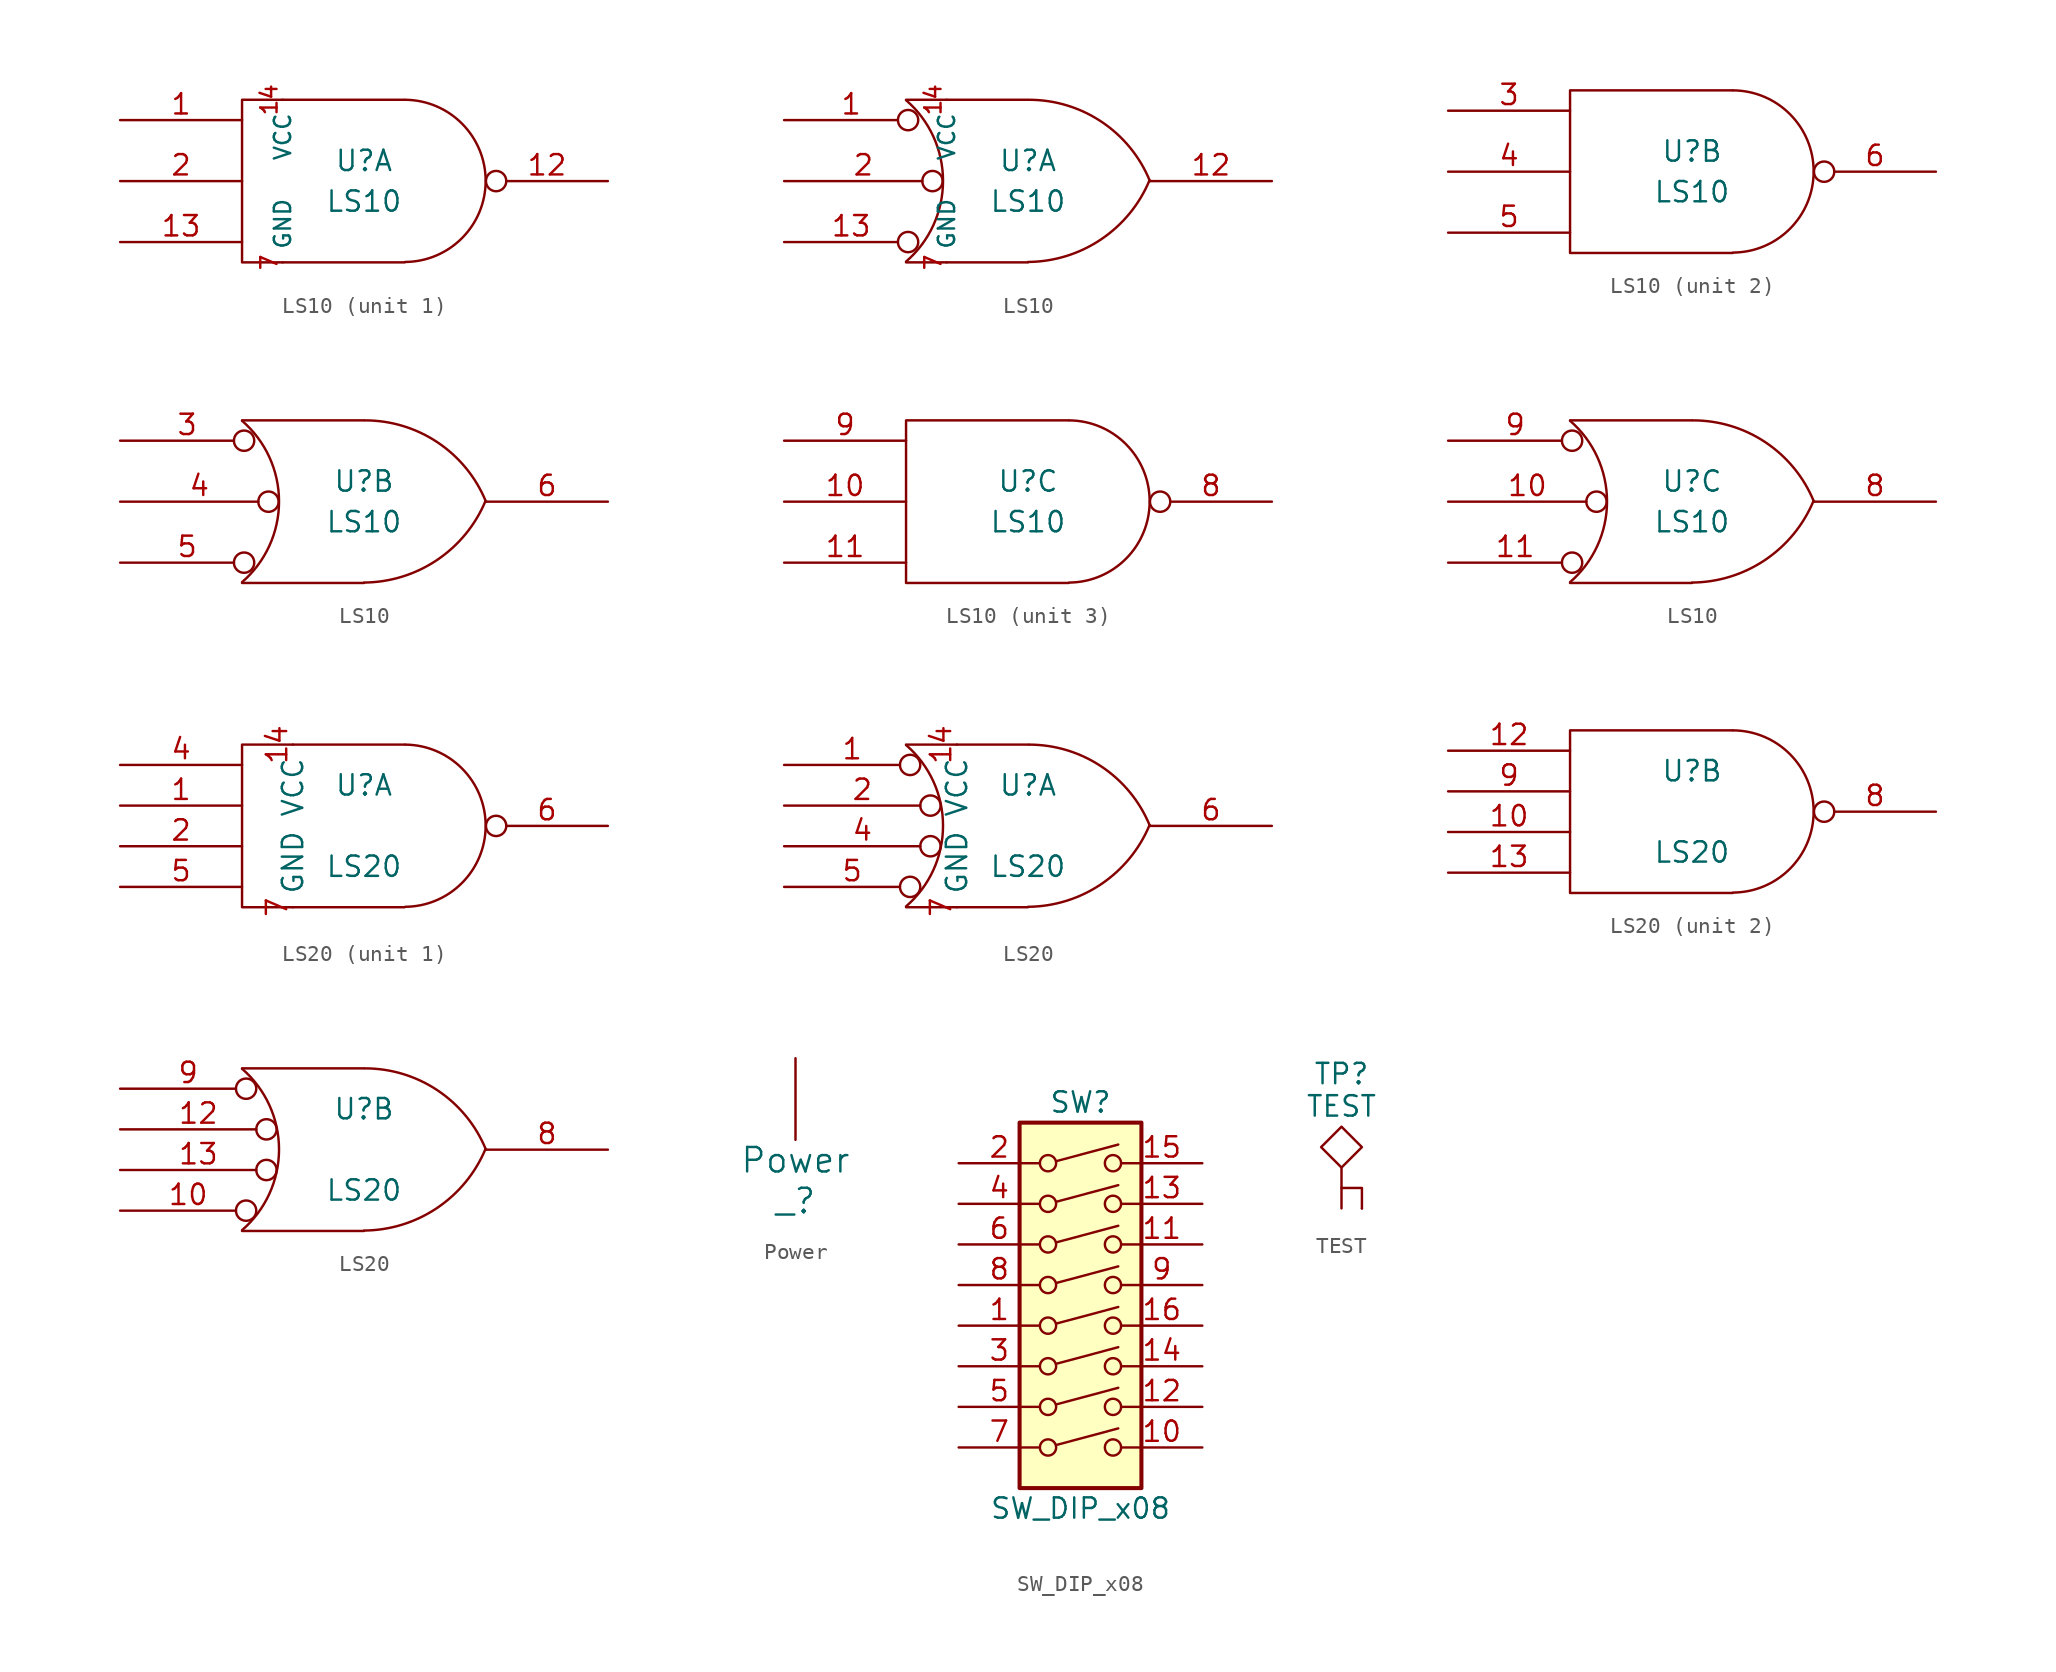
<source format=kicad_sym>
(kicad_symbol_lib
  (version 20211014)
  (generator kicad_symbol_editor)
  (symbol "LS10"
    (pin_names
      (offset 0.762))
    (property "Reference" "U"
      (at 0 1.27 0)
      (effects (font (size 1.27 1.27))))
    (property "Value" "LS10"
      (at 0 -1.27 0)
      (effects (font (size 1.27 1.27))))
    (symbol "LS10_0_1"
      (polyline (pts (xy 2.54 5.08) (xy -7.62 5.08) (xy -7.62 -5.08) (xy 2.54 -5.08)) (stroke (width 0) (type default) (color 0 0 0 0)) (fill (type none)))
      (arc (start 2.5654 -5.0546) (mid 7.5947 0.0127) (end 2.5654 5.08) (stroke (width 0) (type default) (color 0 0 0 0)) (fill (type none))))
    (symbol "LS10_0_2"
      (arc (start -7.62 -5.0292) (mid -5.3094 0.0127) (end -7.62 5.0546) (stroke (width 0) (type default) (color 0 0 0 0)) (fill (type none)))
      (arc (start 0 -5.0546) (mid 4.5649 -3.6437) (end 7.5946 0.0508) (stroke (width 0) (type default) (color 0 0 0 0)) (fill (type none)))
      (polyline (pts (xy -7.62 -5.08) (xy 0 -5.08)) (stroke (width 0) (type default) (color 0 0 0 0)) (fill (type none)))
      (polyline (pts (xy -7.62 5.08) (xy 0 5.08)) (stroke (width 0) (type default) (color 0 0 0 0)) (fill (type none)))
      (arc (start 7.62 0) (mid 4.6112 3.6959) (end 0.0508 5.08) (stroke (width 0) (type default) (color 0 0 0 0)) (fill (type none))))
    (symbol "LS10_1_0"
      (pin power_in line (at -5.08 5.08 270) (length 0) (name "VCC" (effects (font (size 1.016 1.016)))) (number "14" (effects (font (size 1.016 1.016)))))
      (pin power_in line (at -5.08 -5.08 90) (length 0) (name "GND" (effects (font (size 1.016 1.016)))) (number "7" (effects (font (size 1.016 1.016))))))
    (symbol "LS10_1_1"
      (pin input line (at -15.24 3.81 0) (length 7.62) (name "~" (effects (font (size 1.27 1.27)))) (number "1" (effects (font (size 1.27 1.27)))))
      (pin output inverted (at 15.24 0 180) (length 7.62) (name "~" (effects (font (size 1.27 1.27)))) (number "12" (effects (font (size 1.27 1.27)))))
      (pin input line (at -15.24 -3.81 0) (length 7.62) (name "~" (effects (font (size 1.27 1.27)))) (number "13" (effects (font (size 1.27 1.27)))))
      (pin input line (at -15.24 0 0) (length 7.62) (name "~" (effects (font (size 1.27 1.27)))) (number "2" (effects (font (size 1.27 1.27))))))
    (symbol "LS10_1_2"
      (pin input inverted (at -15.24 3.81 0) (length 8.382) (name "~" (effects (font (size 1.27 1.27)))) (number "1" (effects (font (size 1.27 1.27)))))
      (pin output line (at 15.24 0 180) (length 7.62) (name "~" (effects (font (size 1.27 1.27)))) (number "12" (effects (font (size 1.27 1.27)))))
      (pin input inverted (at -15.24 -3.81 0) (length 8.382) (name "~" (effects (font (size 1.27 1.27)))) (number "13" (effects (font (size 1.27 1.27)))))
      (pin input inverted (at -15.24 0 0) (length 9.906) (name "~" (effects (font (size 1.27 1.27)))) (number "2" (effects (font (size 1.27 1.27))))))
    (symbol "LS10_2_1"
      (pin input line (at -15.24 3.81 0) (length 7.62) (name "~" (effects (font (size 1.27 1.27)))) (number "3" (effects (font (size 1.27 1.27)))))
      (pin input line (at -15.24 0 0) (length 7.62) (name "~" (effects (font (size 1.27 1.27)))) (number "4" (effects (font (size 1.27 1.27)))))
      (pin input line (at -15.24 -3.81 0) (length 7.62) (name "~" (effects (font (size 1.27 1.27)))) (number "5" (effects (font (size 1.27 1.27)))))
      (pin output inverted (at 15.24 0 180) (length 7.62) (name "~" (effects (font (size 1.27 1.27)))) (number "6" (effects (font (size 1.27 1.27))))))
    (symbol "LS10_2_2"
      (pin input inverted (at -15.24 3.81 0) (length 8.382) (name "~" (effects (font (size 1.27 1.27)))) (number "3" (effects (font (size 1.27 1.27)))))
      (pin input inverted (at -15.24 0 0) (length 9.906) (name "~" (effects (font (size 1.27 1.27)))) (number "4" (effects (font (size 1.27 1.27)))))
      (pin input inverted (at -15.24 -3.81 0) (length 8.382) (name "~" (effects (font (size 1.27 1.27)))) (number "5" (effects (font (size 1.27 1.27)))))
      (pin output line (at 15.24 0 180) (length 7.62) (name "~" (effects (font (size 1.27 1.27)))) (number "6" (effects (font (size 1.27 1.27))))))
    (symbol "LS10_3_1"
      (pin input line (at -15.24 0 0) (length 7.62) (name "~" (effects (font (size 1.27 1.27)))) (number "10" (effects (font (size 1.27 1.27)))))
      (pin input line (at -15.24 -3.81 0) (length 7.62) (name "~" (effects (font (size 1.27 1.27)))) (number "11" (effects (font (size 1.27 1.27)))))
      (pin output inverted (at 15.24 0 180) (length 7.62) (name "~" (effects (font (size 1.27 1.27)))) (number "8" (effects (font (size 1.27 1.27)))))
      (pin input line (at -15.24 3.81 0) (length 7.62) (name "~" (effects (font (size 1.27 1.27)))) (number "9" (effects (font (size 1.27 1.27))))))
    (symbol "LS10_3_2"
      (pin input inverted (at -15.24 0 0) (length 9.906) (name "~" (effects (font (size 1.27 1.27)))) (number "10" (effects (font (size 1.27 1.27)))))
      (pin input inverted (at -15.24 -3.81 0) (length 8.382) (name "~" (effects (font (size 1.27 1.27)))) (number "11" (effects (font (size 1.27 1.27)))))
      (pin output line (at 15.24 0 180) (length 7.62) (name "~" (effects (font (size 1.27 1.27)))) (number "8" (effects (font (size 1.27 1.27)))))
      (pin input inverted (at -15.24 3.81 0) (length 8.382) (name "~" (effects (font (size 1.27 1.27)))) (number "9" (effects (font (size 1.27 1.27)))))))
  (symbol "LS20"
    (pin_names
      (offset 0.762))
    (property "Reference" "U"
      (at 0 2.54 0)
      (effects (font (size 1.27 1.27))))
    (property "Value" "LS20"
      (at 0 -2.54 0)
      (effects (font (size 1.27 1.27))))
    (symbol "LS20_0_1"
      (polyline (pts (xy 2.54 5.08) (xy -7.62 5.08) (xy -7.62 -5.08) (xy 2.54 -5.08)) (stroke (width 0) (type default) (color 0 0 0 0)) (fill (type none)))
      (arc (start 2.5654 -5.0546) (mid 7.5947 0.0127) (end 2.5654 5.08) (stroke (width 0) (type default) (color 0 0 0 0)) (fill (type none))))
    (symbol "LS20_0_2"
      (arc (start -7.62 -5.0292) (mid -5.3094 0.0127) (end -7.62 5.0546) (stroke (width 0) (type default) (color 0 0 0 0)) (fill (type none)))
      (arc (start 0 -5.0546) (mid 4.5649 -3.6437) (end 7.5946 0.0508) (stroke (width 0) (type default) (color 0 0 0 0)) (fill (type none)))
      (polyline (pts (xy -7.62 -5.08) (xy 0 -5.08)) (stroke (width 0) (type default) (color 0 0 0 0)) (fill (type none)))
      (polyline (pts (xy -7.62 5.08) (xy 0 5.08)) (stroke (width 0) (type default) (color 0 0 0 0)) (fill (type none)))
      (arc (start 7.62 0) (mid 4.6112 3.6959) (end 0.0508 5.08) (stroke (width 0) (type default) (color 0 0 0 0)) (fill (type none))))
    (symbol "LS20_1_0"
      (pin power_in line (at -4.445 5.08 270) (length 0) (name "VCC" (effects (font (size 1.27 1.27)))) (number "14" (effects (font (size 1.27 1.27)))))
      (pin power_in line (at -4.445 -5.08 90) (length 0) (name "GND" (effects (font (size 1.27 1.27)))) (number "7" (effects (font (size 1.27 1.27))))))
    (symbol "LS20_1_1"
      (pin input line (at -15.24 1.27 0) (length 7.62) (name "~" (effects (font (size 1.27 1.27)))) (number "1" (effects (font (size 1.27 1.27)))))
      (pin input line (at -15.24 -1.27 0) (length 7.62) (name "~" (effects (font (size 1.27 1.27)))) (number "2" (effects (font (size 1.27 1.27)))))
      (pin input line (at -15.24 3.81 0) (length 7.62) (name "~" (effects (font (size 1.27 1.27)))) (number "4" (effects (font (size 1.27 1.27)))))
      (pin input line (at -15.24 -3.81 0) (length 7.62) (name "~" (effects (font (size 1.27 1.27)))) (number "5" (effects (font (size 1.27 1.27)))))
      (pin output inverted (at 15.24 0 180) (length 7.62) (name "~" (effects (font (size 1.27 1.27)))) (number "6" (effects (font (size 1.27 1.27))))))
    (symbol "LS20_1_2"
      (pin input inverted (at -15.24 3.81 0) (length 8.509) (name "~" (effects (font (size 1.27 1.27)))) (number "1" (effects (font (size 1.27 1.27)))))
      (pin input inverted (at -15.24 1.27 0) (length 9.779) (name "~" (effects (font (size 1.27 1.27)))) (number "2" (effects (font (size 1.27 1.27)))))
      (pin output inverted (at -15.24 -1.27 0) (length 9.779) (name "~" (effects (font (size 1.27 1.27)))) (number "4" (effects (font (size 1.27 1.27)))))
      (pin input inverted (at -15.24 -3.81 0) (length 8.509) (name "~" (effects (font (size 1.27 1.27)))) (number "5" (effects (font (size 1.27 1.27)))))
      (pin output line (at 15.24 0 180) (length 7.62) (name "~" (effects (font (size 1.27 1.27)))) (number "6" (effects (font (size 1.27 1.27))))))
    (symbol "LS20_2_1"
      (pin input line (at -15.24 -1.27 0) (length 7.62) (name "~" (effects (font (size 1.27 1.27)))) (number "10" (effects (font (size 1.27 1.27)))))
      (pin input line (at -15.24 3.81 0) (length 7.62) (name "~" (effects (font (size 1.27 1.27)))) (number "12" (effects (font (size 1.27 1.27)))))
      (pin input line (at -15.24 -3.81 0) (length 7.62) (name "~" (effects (font (size 1.27 1.27)))) (number "13" (effects (font (size 1.27 1.27)))))
      (pin output inverted (at 15.24 0 180) (length 7.62) (name "~" (effects (font (size 1.27 1.27)))) (number "8" (effects (font (size 1.27 1.27)))))
      (pin input line (at -15.24 1.27 0) (length 7.62) (name "~" (effects (font (size 1.27 1.27)))) (number "9" (effects (font (size 1.27 1.27))))))
    (symbol "LS20_2_2"
      (pin input inverted (at -15.24 -3.81 0) (length 8.509) (name "~" (effects (font (size 1.27 1.27)))) (number "10" (effects (font (size 1.27 1.27)))))
      (pin input inverted (at -15.24 1.27 0) (length 9.779) (name "~" (effects (font (size 1.27 1.27)))) (number "12" (effects (font (size 1.27 1.27)))))
      (pin input inverted (at -15.24 -1.27 0) (length 9.779) (name "~" (effects (font (size 1.27 1.27)))) (number "13" (effects (font (size 1.27 1.27)))))
      (pin output line (at 15.24 0 180) (length 7.62) (name "~" (effects (font (size 1.27 1.27)))) (number "8" (effects (font (size 1.27 1.27)))))
      (pin input inverted (at -15.24 3.81 0) (length 8.509) (name "~" (effects (font (size 1.27 1.27)))) (number "9" (effects (font (size 1.27 1.27)))))))
  (symbol "Power"
    (pin_names
      (offset 1.016))
    (property "Reference" "_"
      (at 0 2.54 0)
      (effects (font (size 1.524 1.524))))
    (property "Value" "Power"
      (at 0 5.08 0)
      (effects (font (size 1.524 1.524))))
    (symbol "Power_1_1"
      (pin power_out line (at 0 6.35 90) (length 5.08) (name "~" (effects (font (size 1.27 1.27)))) (number "~" (effects (font (size 1.27 1.27)))))))
  (symbol "SW_DIP_x08"
    (pin_names
      (offset 0) hide)
    (property "Reference" "SW"
      (at 0 13.97 0)
      (effects (font (size 1.27 1.27))))
    (property "Value" "SW_DIP_x08"
      (at 0 -11.43 0)
      (effects (font (size 1.27 1.27))))
    (symbol "SW_DIP_x08_0_0"
      (circle (center -2.032 -7.62) (radius 0.508) (stroke (width 0) (type default) (color 0 0 0 0)) (fill (type none)))
      (circle (center -2.032 -5.08) (radius 0.508) (stroke (width 0) (type default) (color 0 0 0 0)) (fill (type none)))
      (circle (center -2.032 -2.54) (radius 0.508) (stroke (width 0) (type default) (color 0 0 0 0)) (fill (type none)))
      (circle (center -2.032 0) (radius 0.508) (stroke (width 0) (type default) (color 0 0 0 0)) (fill (type none)))
      (circle (center -2.032 2.54) (radius 0.508) (stroke (width 0) (type default) (color 0 0 0 0)) (fill (type none)))
      (circle (center -2.032 5.08) (radius 0.508) (stroke (width 0) (type default) (color 0 0 0 0)) (fill (type none)))
      (circle (center -2.032 7.62) (radius 0.508) (stroke (width 0) (type default) (color 0 0 0 0)) (fill (type none)))
      (circle (center -2.032 10.16) (radius 0.508) (stroke (width 0) (type default) (color 0 0 0 0)) (fill (type none)))
      (polyline (pts (xy -1.524 -7.468) (xy 2.362 -6.426)) (stroke (width 0) (type default) (color 0 0 0 0)) (fill (type none)))
      (polyline (pts (xy -1.524 -4.928) (xy 2.362 -3.886)) (stroke (width 0) (type default) (color 0 0 0 0)) (fill (type none)))
      (polyline (pts (xy -1.524 -2.388) (xy 2.362 -1.346)) (stroke (width 0) (type default) (color 0 0 0 0)) (fill (type none)))
      (polyline (pts (xy -1.524 0.127) (xy 2.362 1.168)) (stroke (width 0) (type default) (color 0 0 0 0)) (fill (type none)))
      (polyline (pts (xy -1.524 2.667) (xy 2.362 3.708)) (stroke (width 0) (type default) (color 0 0 0 0)) (fill (type none)))
      (polyline (pts (xy -1.524 5.207) (xy 2.362 6.248)) (stroke (width 0) (type default) (color 0 0 0 0)) (fill (type none)))
      (polyline (pts (xy -1.524 7.747) (xy 2.362 8.788)) (stroke (width 0) (type default) (color 0 0 0 0)) (fill (type none)))
      (polyline (pts (xy -1.524 10.287) (xy 2.362 11.328)) (stroke (width 0) (type default) (color 0 0 0 0)) (fill (type none)))
      (circle (center 2.032 -7.62) (radius 0.508) (stroke (width 0) (type default) (color 0 0 0 0)) (fill (type none)))
      (circle (center 2.032 -5.08) (radius 0.508) (stroke (width 0) (type default) (color 0 0 0 0)) (fill (type none)))
      (circle (center 2.032 -2.54) (radius 0.508) (stroke (width 0) (type default) (color 0 0 0 0)) (fill (type none)))
      (circle (center 2.032 0) (radius 0.508) (stroke (width 0) (type default) (color 0 0 0 0)) (fill (type none)))
      (circle (center 2.032 2.54) (radius 0.508) (stroke (width 0) (type default) (color 0 0 0 0)) (fill (type none)))
      (circle (center 2.032 5.08) (radius 0.508) (stroke (width 0) (type default) (color 0 0 0 0)) (fill (type none)))
      (circle (center 2.032 7.62) (radius 0.508) (stroke (width 0) (type default) (color 0 0 0 0)) (fill (type none)))
      (circle (center 2.032 10.16) (radius 0.508) (stroke (width 0) (type default) (color 0 0 0 0)) (fill (type none))))
    (symbol "SW_DIP_x08_0_1"
      (rectangle (start -3.81 12.7) (end 3.81 -10.16) (stroke (width 0.254) (type default) (color 0 0 0 0)) (fill (type background))))
    (symbol "SW_DIP_x08_1_1"
      (pin passive line (at -7.62 0 0) (length 5.08) (name "~" (effects (font (size 1.27 1.27)))) (number "1" (effects (font (size 1.27 1.27)))))
      (pin passive line (at 7.62 -7.62 180) (length 5.08) (name "~" (effects (font (size 1.27 1.27)))) (number "10" (effects (font (size 1.27 1.27)))))
      (pin passive line (at 7.62 5.08 180) (length 5.08) (name "~" (effects (font (size 1.27 1.27)))) (number "11" (effects (font (size 1.27 1.27)))))
      (pin passive line (at 7.62 -5.08 180) (length 5.08) (name "~" (effects (font (size 1.27 1.27)))) (number "12" (effects (font (size 1.27 1.27)))))
      (pin passive line (at 7.62 7.62 180) (length 5.08) (name "~" (effects (font (size 1.27 1.27)))) (number "13" (effects (font (size 1.27 1.27)))))
      (pin passive line (at 7.62 -2.54 180) (length 5.08) (name "~" (effects (font (size 1.27 1.27)))) (number "14" (effects (font (size 1.27 1.27)))))
      (pin passive line (at 7.62 10.16 180) (length 5.08) (name "~" (effects (font (size 1.27 1.27)))) (number "15" (effects (font (size 1.27 1.27)))))
      (pin passive line (at 7.62 0 180) (length 5.08) (name "~" (effects (font (size 1.27 1.27)))) (number "16" (effects (font (size 1.27 1.27)))))
      (pin passive line (at -7.62 10.16 0) (length 5.08) (name "~" (effects (font (size 1.27 1.27)))) (number "2" (effects (font (size 1.27 1.27)))))
      (pin passive line (at -7.62 -2.54 0) (length 5.08) (name "~" (effects (font (size 1.27 1.27)))) (number "3" (effects (font (size 1.27 1.27)))))
      (pin passive line (at -7.62 7.62 0) (length 5.08) (name "~" (effects (font (size 1.27 1.27)))) (number "4" (effects (font (size 1.27 1.27)))))
      (pin passive line (at -7.62 -5.08 0) (length 5.08) (name "~" (effects (font (size 1.27 1.27)))) (number "5" (effects (font (size 1.27 1.27)))))
      (pin passive line (at -7.62 5.08 0) (length 5.08) (name "~" (effects (font (size 1.27 1.27)))) (number "6" (effects (font (size 1.27 1.27)))))
      (pin passive line (at -7.62 -7.62 0) (length 5.08) (name "~" (effects (font (size 1.27 1.27)))) (number "7" (effects (font (size 1.27 1.27)))))
      (pin passive line (at -7.62 2.54 0) (length 5.08) (name "~" (effects (font (size 1.27 1.27)))) (number "8" (effects (font (size 1.27 1.27)))))
      (pin passive line (at 7.62 2.54 180) (length 5.08) (name "~" (effects (font (size 1.27 1.27)))) (number "9" (effects (font (size 1.27 1.27)))))))
  (symbol "TEST"
    (pin_numbers hide)
    (pin_names
      (offset 1.016) hide)
    (property "Reference" "TP"
      (at 0 7.62 0)
      (effects (font (size 1.27 1.27)) (justify bottom)))
    (property "Value" "TEST"
      (at 0 6.35 0)
      (effects (font (size 1.27 1.27))))
    (symbol "TEST_0_1"
      (polyline (pts (xy 1.27 0) (xy 1.27 1.27) (xy 0 1.27)) (stroke (width 0) (type default) (color 0 0 0 0)) (fill (type none)))
      (polyline (pts (xy 0 5.08) (xy -1.27 3.81) (xy 0 2.54) (xy 1.27 3.81) (xy 0 5.08) (xy 0 5.08)) (stroke (width 0) (type default) (color 0 0 0 0)) (fill (type none))))
    (symbol "TEST_1_1"
      (pin passive line (at 0 0 90) (length 2.54) (name "~" (effects (font (size 1.27 1.27)))) (number "1" (effects (font (size 1.27 1.27)))))
      (pin passive line (at 1.27 0 90) (length 0) (name "~" (effects (font (size 1.27 1.27)))) (number "2" (effects (font (size 1.27 1.27))))))))
</source>
